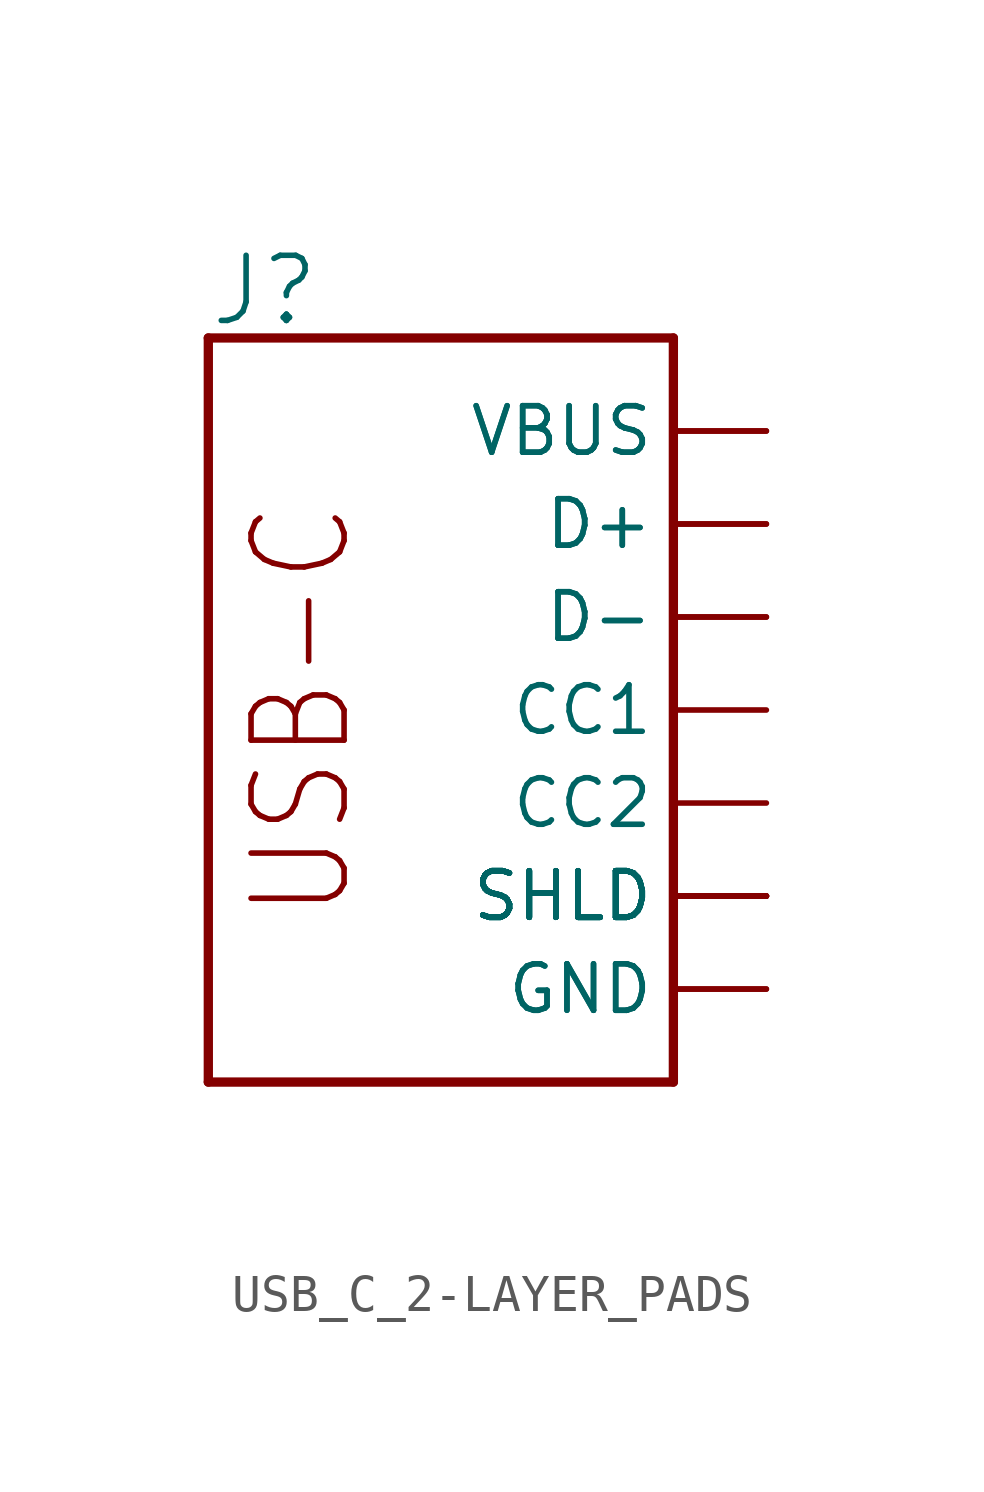
<source format=kicad_sym>
(kicad_symbol_lib
  (version 20231120)
  (generator "kicad_symbol_editor")
  (generator_version "8.0")
  (symbol "USB_C_2-LAYER_PADS"
    (property "Reference" "J"
      (at -2.54 10.414 0)
      (effects (font (size 1.778 1.778)) (justify left bottom)))
    (property "Value" ""
      (at -2.54 -12.446 0)
      (effects (font (size 1.778 1.778)) (justify left bottom)))
    (property "ki_locked" ""
      (at 0 0 0)
      (effects (font (size 1.27 1.27))))
    (symbol "USB_C_2-LAYER_PADS_1_0"
      (polyline (pts (xy -2.54 -10.16) (xy -2.54 10.16)) (stroke (width 0.254) (type solid)) (fill (type none)))
      (polyline (pts (xy -2.54 -10.16) (xy 10.16 -10.16)) (stroke (width 0.254) (type solid)) (fill (type none)))
      (polyline (pts (xy 10.16 -10.16) (xy 10.16 10.16)) (stroke (width 0.254) (type solid)) (fill (type none)))
      (polyline (pts (xy 10.16 10.16) (xy -2.54 10.16)) (stroke (width 0.254) (type solid)) (fill (type none)))
      (text "USB-C" (at 0 0 900) (effects (font (size 2.54 2.159))))
      (pin bidirectional line (at 12.7 0 180) (length 2.54) (name "CC1" (effects (font (size 1.27 1.27)))) (number "A5" (effects (font (size 0 0)))))
      (pin bidirectional line (at 12.7 5.08 180) (length 2.54) (name "D+" (effects (font (size 1.27 1.27)))) (number "A6" (effects (font (size 0 0)))))
      (pin bidirectional line (at 12.7 2.54 180) (length 2.54) (name "D-" (effects (font (size 1.27 1.27)))) (number "A7" (effects (font (size 0 0)))))
      (pin bidirectional line (at 12.7 -2.54 180) (length 2.54) (name "CC2" (effects (font (size 1.27 1.27)))) (number "B5" (effects (font (size 0 0)))))
      (pin bidirectional line (at 12.7 5.08 180) (length 2.54) (name "D+" (effects (font (size 1.27 1.27)))) (number "B6" (effects (font (size 0 0)))))
      (pin bidirectional line (at 12.7 2.54 180) (length 2.54) (name "D-" (effects (font (size 1.27 1.27)))) (number "B7" (effects (font (size 0 0)))))
      (pin bidirectional line (at 12.7 -7.62 180) (length 2.54) (name "GND" (effects (font (size 1.27 1.27)))) (number "GND" (effects (font (size 0 0)))))
      (pin bidirectional line (at 12.7 -7.62 180) (length 2.54) (name "GND" (effects (font (size 1.27 1.27)))) (number "GND2" (effects (font (size 0 0)))))
      (pin bidirectional line (at 12.7 -5.08 180) (length 2.54) (name "SHLD" (effects (font (size 1.27 1.27)))) (number "P$1" (effects (font (size 0 0)))))
      (pin bidirectional line (at 12.7 -5.08 180) (length 2.54) (name "SHLD" (effects (font (size 1.27 1.27)))) (number "P$2" (effects (font (size 0 0)))))
      (pin bidirectional line (at 12.7 -5.08 180) (length 2.54) (name "SHLD" (effects (font (size 1.27 1.27)))) (number "P$3" (effects (font (size 0 0)))))
      (pin bidirectional line (at 12.7 -5.08 180) (length 2.54) (name "SHLD" (effects (font (size 1.27 1.27)))) (number "P$4" (effects (font (size 0 0)))))
      (pin bidirectional line (at 12.7 -5.08 180) (length 2.54) (name "SHLD" (effects (font (size 1.27 1.27)))) (number "SHLD1" (effects (font (size 0 0)))))
      (pin bidirectional line (at 12.7 -5.08 180) (length 2.54) (name "SHLD" (effects (font (size 1.27 1.27)))) (number "SHLD2" (effects (font (size 0 0)))))
      (pin bidirectional line (at 12.7 -5.08 180) (length 2.54) (name "SHLD" (effects (font (size 1.27 1.27)))) (number "SHLD3" (effects (font (size 0 0)))))
      (pin bidirectional line (at 12.7 -5.08 180) (length 2.54) (name "SHLD" (effects (font (size 1.27 1.27)))) (number "SHLD4" (effects (font (size 0 0)))))
      (pin bidirectional line (at 12.7 7.62 180) (length 2.54) (name "VBUS" (effects (font (size 1.27 1.27)))) (number "VBUS1" (effects (font (size 0 0)))))
      (pin bidirectional line (at 12.7 7.62 180) (length 2.54) (name "VBUS" (effects (font (size 1.27 1.27)))) (number "VBUS2" (effects (font (size 0 0))))))))
</source>
